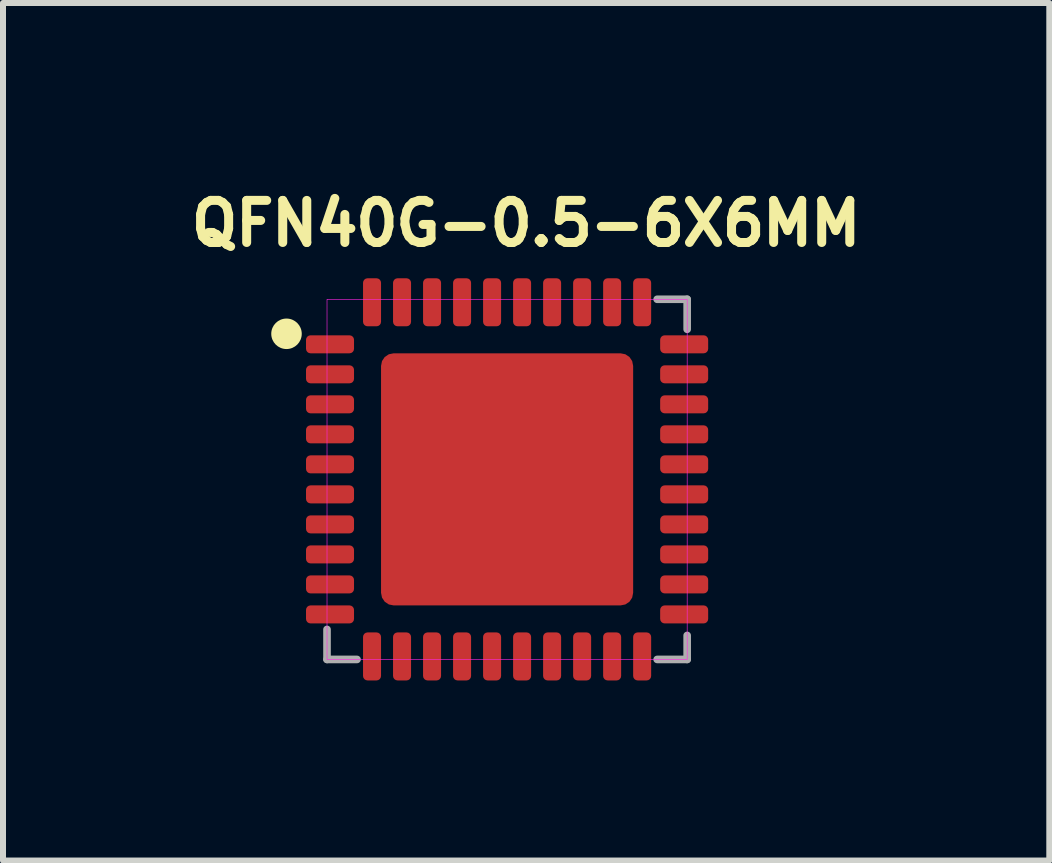
<source format=kicad_pcb>
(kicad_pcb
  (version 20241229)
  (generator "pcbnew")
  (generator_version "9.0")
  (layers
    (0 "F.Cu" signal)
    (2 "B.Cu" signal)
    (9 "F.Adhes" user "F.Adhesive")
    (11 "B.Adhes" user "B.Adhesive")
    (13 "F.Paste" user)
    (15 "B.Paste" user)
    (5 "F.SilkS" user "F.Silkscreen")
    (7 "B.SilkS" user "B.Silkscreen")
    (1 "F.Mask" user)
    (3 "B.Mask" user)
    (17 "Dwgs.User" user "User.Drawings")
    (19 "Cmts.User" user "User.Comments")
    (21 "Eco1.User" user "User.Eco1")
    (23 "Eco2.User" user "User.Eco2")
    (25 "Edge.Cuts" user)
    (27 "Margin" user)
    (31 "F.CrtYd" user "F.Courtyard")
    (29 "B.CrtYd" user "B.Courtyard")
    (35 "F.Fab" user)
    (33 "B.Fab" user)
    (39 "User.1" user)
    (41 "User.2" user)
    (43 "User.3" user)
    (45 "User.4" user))
  (footprint "QFN40G-0.5-6X6MM"
    (layer "F.Cu")
    (at 5.398 4.936)
    (property "Reference" "QFN40G-0.5-6X6MM" (at 0.318 -4.263 0) (layer "F.SilkS") (effects (font (size 0.701 0.701) (thickness 0.15))))
    (attr smd)
    (fp_circle (center -3.675 -2.425) (end -3.421 -2.425) (stroke (width 0) (type solid)) (fill yes) (layer "F.SilkS"))
    (fp_poly (pts (xy -3 -3) (xy 3 -3) (xy 3 3) (xy -3 3)) (stroke (width 0.01) (type solid)) (fill no) (layer "F.CrtYd"))
    (fp_line (start -3 2.5) (end -3 3) (stroke (width 0.127) (type solid)) (layer "F.Fab"))
    (fp_line (start -3 3) (end -2.5 3) (stroke (width 0.127) (type solid)) (layer "F.Fab"))
    (fp_line (start 2.5 3) (end 3 3) (stroke (width 0.127) (type solid)) (layer "F.Fab"))
    (fp_line (start 3 -3) (end 2.5 -3) (stroke (width 0.127) (type solid)) (layer "F.Fab"))
    (fp_line (start 3 -2.5) (end 3 -3) (stroke (width 0.127) (type solid)) (layer "F.Fab"))
    (fp_line (start 3 3) (end 3 2.6) (stroke (width 0.127) (type solid)) (layer "F.Fab"))
    (pad "1" smd roundrect (at -2.95 -2.25) (size 0.8 0.3) (layers "F.Cu" "F.Mask" "F.Paste") (roundrect_rratio 0.25))
    (pad "2" smd roundrect (at -2.95 -1.75) (size 0.8 0.3) (layers "F.Cu" "F.Mask" "F.Paste") (roundrect_rratio 0.25))
    (pad "3" smd roundrect (at -2.95 -1.25) (size 0.8 0.3) (layers "F.Cu" "F.Mask" "F.Paste") (roundrect_rratio 0.25))
    (pad "4" smd roundrect (at -2.95 -0.75) (size 0.8 0.3) (layers "F.Cu" "F.Mask" "F.Paste") (roundrect_rratio 0.25))
    (pad "5" smd roundrect (at -2.95 -0.25) (size 0.8 0.3) (layers "F.Cu" "F.Mask" "F.Paste") (roundrect_rratio 0.25))
    (pad "6" smd roundrect (at -2.95 0.25) (size 0.8 0.3) (layers "F.Cu" "F.Mask" "F.Paste") (roundrect_rratio 0.25))
    (pad "7" smd roundrect (at -2.95 0.75) (size 0.8 0.3) (layers "F.Cu" "F.Mask" "F.Paste") (roundrect_rratio 0.25))
    (pad "8" smd roundrect (at -2.95 1.25) (size 0.8 0.3) (layers "F.Cu" "F.Mask" "F.Paste") (roundrect_rratio 0.25))
    (pad "9" smd roundrect (at -2.95 1.75) (size 0.8 0.3) (layers "F.Cu" "F.Mask" "F.Paste") (roundrect_rratio 0.25))
    (pad "10" smd roundrect (at -2.95 2.25) (size 0.8 0.3) (layers "F.Cu" "F.Mask" "F.Paste") (roundrect_rratio 0.25))
    (pad "11" smd roundrect (at -2.25 2.95) (size 0.3 0.8) (layers "F.Cu" "F.Mask" "F.Paste") (roundrect_rratio 0.25))
    (pad "12" smd roundrect (at -1.75 2.95) (size 0.3 0.8) (layers "F.Cu" "F.Mask" "F.Paste") (roundrect_rratio 0.25))
    (pad "13" smd roundrect (at -1.25 2.95) (size 0.3 0.8) (layers "F.Cu" "F.Mask" "F.Paste") (roundrect_rratio 0.25))
    (pad "14" smd roundrect (at -0.75 2.95) (size 0.3 0.8) (layers "F.Cu" "F.Mask" "F.Paste") (roundrect_rratio 0.25))
    (pad "15" smd roundrect (at -0.25 2.95) (size 0.3 0.8) (layers "F.Cu" "F.Mask" "F.Paste") (roundrect_rratio 0.25))
    (pad "16" smd roundrect (at 0.25 2.95) (size 0.3 0.8) (layers "F.Cu" "F.Mask" "F.Paste") (roundrect_rratio 0.25))
    (pad "17" smd roundrect (at 0.75 2.95) (size 0.3 0.8) (layers "F.Cu" "F.Mask" "F.Paste") (roundrect_rratio 0.25))
    (pad "18" smd roundrect (at 1.25 2.95) (size 0.3 0.8) (layers "F.Cu" "F.Mask" "F.Paste") (roundrect_rratio 0.25))
    (pad "19" smd roundrect (at 1.75 2.95) (size 0.3 0.8) (layers "F.Cu" "F.Mask" "F.Paste") (roundrect_rratio 0.25))
    (pad "20" smd roundrect (at 2.25 2.95) (size 0.3 0.8) (layers "F.Cu" "F.Mask" "F.Paste") (roundrect_rratio 0.25))
    (pad "21" smd roundrect (at 2.95 2.25) (size 0.8 0.3) (layers "F.Cu" "F.Mask" "F.Paste") (roundrect_rratio 0.25))
    (pad "22" smd roundrect (at 2.95 1.75) (size 0.8 0.3) (layers "F.Cu" "F.Mask" "F.Paste") (roundrect_rratio 0.25))
    (pad "23" smd roundrect (at 2.95 1.25) (size 0.8 0.3) (layers "F.Cu" "F.Mask" "F.Paste") (roundrect_rratio 0.25))
    (pad "24" smd roundrect (at 2.95 0.75) (size 0.8 0.3) (layers "F.Cu" "F.Mask" "F.Paste") (roundrect_rratio 0.25))
    (pad "25" smd roundrect (at 2.95 0.25) (size 0.8 0.3) (layers "F.Cu" "F.Mask" "F.Paste") (roundrect_rratio 0.25))
    (pad "26" smd roundrect (at 2.95 -0.25) (size 0.8 0.3) (layers "F.Cu" "F.Mask" "F.Paste") (roundrect_rratio 0.25))
    (pad "27" smd roundrect (at 2.95 -0.75) (size 0.8 0.3) (layers "F.Cu" "F.Mask" "F.Paste") (roundrect_rratio 0.25))
    (pad "28" smd roundrect (at 2.95 -1.25) (size 0.8 0.3) (layers "F.Cu" "F.Mask" "F.Paste") (roundrect_rratio 0.25))
    (pad "29" smd roundrect (at 2.95 -1.75) (size 0.8 0.3) (layers "F.Cu" "F.Mask" "F.Paste") (roundrect_rratio 0.25))
    (pad "30" smd roundrect (at 2.95 -2.25) (size 0.8 0.3) (layers "F.Cu" "F.Mask" "F.Paste") (roundrect_rratio 0.25))
    (pad "31" smd roundrect (at 2.25 -2.95) (size 0.3 0.8) (layers "F.Cu" "F.Mask" "F.Paste") (roundrect_rratio 0.25))
    (pad "32" smd roundrect (at 1.75 -2.95) (size 0.3 0.8) (layers "F.Cu" "F.Mask" "F.Paste") (roundrect_rratio 0.25))
    (pad "33" smd roundrect (at 1.25 -2.95) (size 0.3 0.8) (layers "F.Cu" "F.Mask" "F.Paste") (roundrect_rratio 0.25))
    (pad "34" smd roundrect (at 0.75 -2.95) (size 0.3 0.8) (layers "F.Cu" "F.Mask" "F.Paste") (roundrect_rratio 0.25))
    (pad "35" smd roundrect (at 0.25 -2.95) (size 0.3 0.8) (layers "F.Cu" "F.Mask" "F.Paste") (roundrect_rratio 0.25))
    (pad "36" smd roundrect (at -0.25 -2.95) (size 0.3 0.8) (layers "F.Cu" "F.Mask" "F.Paste") (roundrect_rratio 0.25))
    (pad "37" smd roundrect (at -0.75 -2.95) (size 0.3 0.8) (layers "F.Cu" "F.Mask" "F.Paste") (roundrect_rratio 0.25))
    (pad "38" smd roundrect (at -1.25 -2.95) (size 0.3 0.8) (layers "F.Cu" "F.Mask" "F.Paste") (roundrect_rratio 0.25))
    (pad "39" smd roundrect (at -1.75 -2.95) (size 0.3 0.8) (layers "F.Cu" "F.Mask" "F.Paste") (roundrect_rratio 0.25))
    (pad "40" smd roundrect (at -2.25 -2.95) (size 0.3 0.8) (layers "F.Cu" "F.Mask" "F.Paste") (roundrect_rratio 0.25))
    (pad "41" smd roundrect (at 0 0) (size 4.2 4.2) (layers "F.Cu" "F.Mask" "F.Paste") (roundrect_rratio 0.05)))
  (gr_rect
    (start -3 -3)
    (end 14.431 11.286)
    (stroke (width 0.1) (type default))
    (fill no)
    (layer "Edge.Cuts")))
</source>
